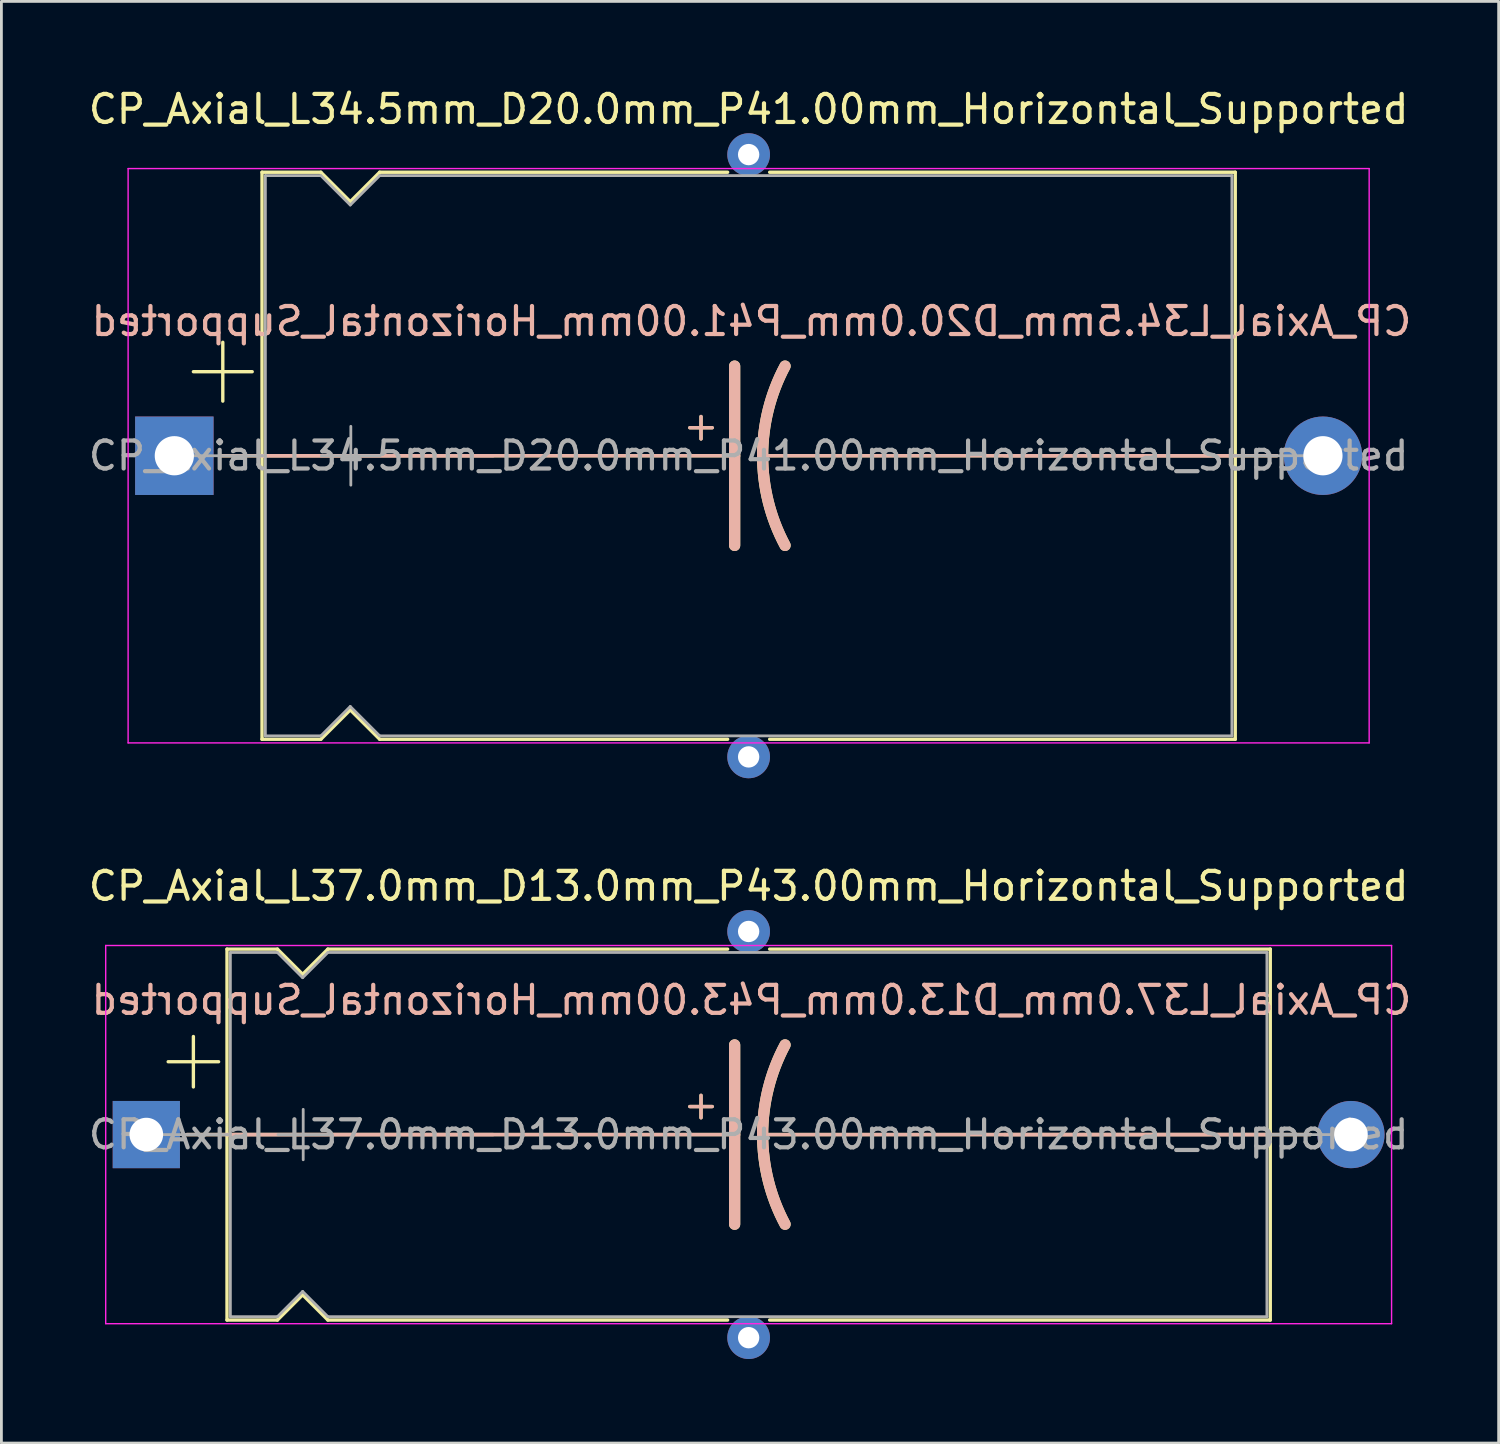
<source format=kicad_pcb>
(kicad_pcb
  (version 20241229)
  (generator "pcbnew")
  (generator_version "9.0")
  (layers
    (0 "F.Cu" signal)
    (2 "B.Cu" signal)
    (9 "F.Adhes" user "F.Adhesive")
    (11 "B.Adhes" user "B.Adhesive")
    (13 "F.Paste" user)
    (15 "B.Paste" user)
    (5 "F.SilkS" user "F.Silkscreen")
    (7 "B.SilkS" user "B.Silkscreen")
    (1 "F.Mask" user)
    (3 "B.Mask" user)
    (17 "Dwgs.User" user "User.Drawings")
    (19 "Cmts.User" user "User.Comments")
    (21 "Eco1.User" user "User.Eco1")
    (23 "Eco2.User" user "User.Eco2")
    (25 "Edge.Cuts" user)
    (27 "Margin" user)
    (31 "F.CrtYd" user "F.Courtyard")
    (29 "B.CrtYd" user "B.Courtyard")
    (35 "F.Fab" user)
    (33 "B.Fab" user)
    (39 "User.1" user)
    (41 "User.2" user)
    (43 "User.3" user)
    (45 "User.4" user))
  (footprint "CP_Axial_L34.5mm_D20.0mm_P41.00mm_Horizontal_Supported"
    (layer "F.Cu")
    (at 3.173 13.218)
    (property "Reference" "CP_Axial_L34.5mm_D20.0mm_P41.00mm_Horizontal_Supported" (at 20.5 -12.37 0) (layer "F.SilkS") (effects (font (size 1 1) (thickness 0.15))))
    (fp_line (start 0.68 -3) (end 2.78 -3) (stroke (width 0.12) (type solid)) (layer "F.SilkS"))
    (fp_line (start 1.64 0) (end 3.13 0) (stroke (width 0.12) (type solid)) (layer "F.SilkS"))
    (fp_line (start 1.73 -4.05) (end 1.73 -1.95) (stroke (width 0.12) (type solid)) (layer "F.SilkS"))
    (fp_line (start 3.13 -10.12) (end 3.13 10.12) (stroke (width 0.12) (type solid)) (layer "F.SilkS"))
    (fp_line (start 3.13 -10.12) (end 5.23 -10.12) (stroke (width 0.12) (type solid)) (layer "F.SilkS"))
    (fp_line (start 3.13 0) (end 20 0) (stroke (width 0.12) (type solid)) (layer "F.SilkS"))
    (fp_line (start 3.13 10.12) (end 5.23 10.12) (stroke (width 0.12) (type solid)) (layer "F.SilkS"))
    (fp_line (start 5.23 -10.12) (end 6.28 -9.07) (stroke (width 0.12) (type solid)) (layer "F.SilkS"))
    (fp_line (start 5.23 10.12) (end 6.28 9.07) (stroke (width 0.12) (type solid)) (layer "F.SilkS"))
    (fp_line (start 6.28 -9.07) (end 7.33 -10.12) (stroke (width 0.12) (type solid)) (layer "F.SilkS"))
    (fp_line (start 6.28 9.07) (end 7.33 10.12) (stroke (width 0.12) (type solid)) (layer "F.SilkS"))
    (fp_line (start 7.33 -10.12) (end 19.75 -10.12) (stroke (width 0.12) (type solid)) (layer "F.SilkS"))
    (fp_line (start 7.33 10.12) (end 19.75 10.12) (stroke (width 0.12) (type solid)) (layer "F.SilkS"))
    (fp_line (start 18.4 -1) (end 19.2 -1) (stroke (width 0.12) (type solid)) (layer "F.SilkS"))
    (fp_line (start 18.8 -1.4) (end 18.8 -0.6) (stroke (width 0.12) (type solid)) (layer "F.SilkS"))
    (fp_line (start 20 0) (end 20 -3.2) (stroke (width 0.4) (type solid)) (layer "F.SilkS"))
    (fp_line (start 20 0) (end 20 3.2) (stroke (width 0.4) (type solid)) (layer "F.SilkS"))
    (fp_line (start 21.25 -10.12) (end 37.87 -10.12) (stroke (width 0.12) (type solid)) (layer "F.SilkS"))
    (fp_line (start 21.25 10.12) (end 37.87 10.12) (stroke (width 0.12) (type solid)) (layer "F.SilkS"))
    (fp_line (start 37.87 -10.12) (end 37.87 10.12) (stroke (width 0.12) (type solid)) (layer "F.SilkS"))
    (fp_line (start 37.87 0) (end 21 0) (stroke (width 0.12) (type solid)) (layer "F.SilkS"))
    (fp_line (start 39.36 0) (end 37.87 0) (stroke (width 0.12) (type solid)) (layer "F.SilkS"))
    (fp_arc (start 21 0) (mid 21.203545 -1.649114) (end 21.8 -3.2) (stroke (width 0.4) (type solid)) (layer "F.SilkS"))
    (fp_arc (start 21.8 3.2) (mid 21.200704 1.649824) (end 21 0) (stroke (width 0.4) (type solid)) (layer "F.SilkS"))
    (fp_line (start 1.65 0) (end 11.38 0) (stroke (width 0.12) (type solid)) (layer "B.SilkS"))
    (fp_line (start 3.13 0) (end 20 0) (stroke (width 0.12) (type solid)) (layer "B.SilkS"))
    (fp_line (start 18.4 -1) (end 19.2 -1) (stroke (width 0.12) (type solid)) (layer "B.SilkS"))
    (fp_line (start 18.8 -0.6) (end 18.8 -1.4) (stroke (width 0.12) (type solid)) (layer "B.SilkS"))
    (fp_line (start 20 0) (end 20 -3.2) (stroke (width 0.4) (type solid)) (layer "B.SilkS"))
    (fp_line (start 20 0) (end 20 3.2) (stroke (width 0.4) (type solid)) (layer "B.SilkS"))
    (fp_line (start 37.87 0) (end 21 0) (stroke (width 0.12) (type solid)) (layer "B.SilkS"))
    (fp_line (start 39.35 0) (end 29.62 0) (stroke (width 0.12) (type solid)) (layer "B.SilkS"))
    (fp_arc (start 21 0) (mid 21.200703 -1.649824) (end 21.8 -3.2) (stroke (width 0.4) (type solid)) (layer "B.SilkS"))
    (fp_arc (start 21.8 3.2) (mid 21.203544 1.649114) (end 21 0) (stroke (width 0.4) (type solid)) (layer "B.SilkS"))
    (fp_line (start -1.65 -10.25) (end -1.65 10.25) (stroke (width 0.05) (type solid)) (layer "F.CrtYd"))
    (fp_line (start -1.65 10.25) (end 42.65 10.25) (stroke (width 0.05) (type solid)) (layer "F.CrtYd"))
    (fp_line (start 42.65 -10.25) (end -1.65 -10.25) (stroke (width 0.05) (type solid)) (layer "F.CrtYd"))
    (fp_line (start 42.65 10.25) (end 42.65 -10.25) (stroke (width 0.05) (type solid)) (layer "F.CrtYd"))
    (fp_line (start 0 0) (end 3.25 0) (stroke (width 0.1) (type solid)) (layer "F.Fab"))
    (fp_line (start 3.25 -10) (end 3.25 10) (stroke (width 0.1) (type solid)) (layer "F.Fab"))
    (fp_line (start 3.25 -10) (end 5.23 -10) (stroke (width 0.1) (type solid)) (layer "F.Fab"))
    (fp_line (start 3.25 10) (end 5.23 10) (stroke (width 0.1) (type solid)) (layer "F.Fab"))
    (fp_line (start 5.23 -10) (end 6.28 -8.95) (stroke (width 0.1) (type solid)) (layer "F.Fab"))
    (fp_line (start 5.23 10) (end 6.28 8.95) (stroke (width 0.1) (type solid)) (layer "F.Fab"))
    (fp_line (start 5.25 0) (end 7.35 0) (stroke (width 0.1) (type solid)) (layer "F.Fab"))
    (fp_line (start 6.28 -8.95) (end 7.33 -10) (stroke (width 0.1) (type solid)) (layer "F.Fab"))
    (fp_line (start 6.28 8.95) (end 7.33 10) (stroke (width 0.1) (type solid)) (layer "F.Fab"))
    (fp_line (start 6.3 -1.05) (end 6.3 1.05) (stroke (width 0.1) (type solid)) (layer "F.Fab"))
    (fp_line (start 7.33 -10) (end 37.75 -10) (stroke (width 0.1) (type solid)) (layer "F.Fab"))
    (fp_line (start 7.33 10) (end 37.75 10) (stroke (width 0.1) (type solid)) (layer "F.Fab"))
    (fp_line (start 37.75 -10) (end 37.75 10) (stroke (width 0.1) (type solid)) (layer "F.Fab"))
    (fp_line (start 41 0) (end 37.75 0) (stroke (width 0.1) (type solid)) (layer "F.Fab"))
    (fp_text user "${REFERENCE}" (at 20.6 -4.8 0) (layer "B.SilkS") (effects (font (size 1 1) (thickness 0.15)) (justify mirror)))
    (fp_text user "${REFERENCE}" (at 20.5 0 0) (layer "F.Fab") (effects (font (size 1 1) (thickness 0.15))))
    (pad "" thru_hole circle (at 20.5 -10.75) (size 1.524 1.524) (drill 0.762) (layers "*.Cu" "*.Mask"))
    (pad "" thru_hole circle (at 20.5 10.75) (size 1.524 1.524) (drill 0.762) (layers "*.Cu" "*.Mask"))
    (pad "1" thru_hole rect (at 0 0) (size 2.8 2.8) (drill 1.4) (layers "*.Cu" "*.Mask"))
    (pad "2" thru_hole oval (at 41 0) (size 2.8 2.8) (drill 1.4) (layers "*.Cu" "*.Mask")))
  (footprint "CP_Axial_L37.0mm_D13.0mm_P43.00mm_Horizontal_Supported"
    (layer "F.Cu")
    (at 2.173 37.449)
    (property "Reference" "CP_Axial_L37.0mm_D13.0mm_P43.00mm_Horizontal_Supported" (at 21.5 -8.87 0) (layer "F.SilkS") (effects (font (size 1 1) (thickness 0.15))))
    (fp_line (start 0.78 -2.6) (end 2.58 -2.6) (stroke (width 0.12) (type solid)) (layer "F.SilkS"))
    (fp_line (start 1.44 0) (end 2.88 0) (stroke (width 0.12) (type solid)) (layer "F.SilkS"))
    (fp_line (start 1.68 -3.5) (end 1.68 -1.7) (stroke (width 0.12) (type solid)) (layer "F.SilkS"))
    (fp_line (start 2.88 -6.62) (end 2.88 6.62) (stroke (width 0.12) (type solid)) (layer "F.SilkS"))
    (fp_line (start 2.88 -6.62) (end 4.68 -6.62) (stroke (width 0.12) (type solid)) (layer "F.SilkS"))
    (fp_line (start 2.88 0) (end 21 0) (stroke (width 0.12) (type solid)) (layer "F.SilkS"))
    (fp_line (start 2.88 6.62) (end 4.68 6.62) (stroke (width 0.12) (type solid)) (layer "F.SilkS"))
    (fp_line (start 4.68 -6.62) (end 5.58 -5.72) (stroke (width 0.12) (type solid)) (layer "F.SilkS"))
    (fp_line (start 4.68 6.62) (end 5.58 5.72) (stroke (width 0.12) (type solid)) (layer "F.SilkS"))
    (fp_line (start 5.58 -5.72) (end 6.48 -6.62) (stroke (width 0.12) (type solid)) (layer "F.SilkS"))
    (fp_line (start 5.58 5.72) (end 6.48 6.62) (stroke (width 0.12) (type solid)) (layer "F.SilkS"))
    (fp_line (start 6.48 -6.62) (end 20.75 -6.62) (stroke (width 0.12) (type solid)) (layer "F.SilkS"))
    (fp_line (start 6.48 6.62) (end 20.75 6.62) (stroke (width 0.12) (type solid)) (layer "F.SilkS"))
    (fp_line (start 19.4 -1) (end 20.2 -1) (stroke (width 0.12) (type solid)) (layer "F.SilkS"))
    (fp_line (start 19.8 -1.4) (end 19.8 -0.6) (stroke (width 0.12) (type solid)) (layer "F.SilkS"))
    (fp_line (start 21 0) (end 21 -3.2) (stroke (width 0.4) (type solid)) (layer "F.SilkS"))
    (fp_line (start 21 0) (end 21 3.2) (stroke (width 0.4) (type solid)) (layer "F.SilkS"))
    (fp_line (start 22.25 -6.62) (end 40.12 -6.62) (stroke (width 0.12) (type solid)) (layer "F.SilkS"))
    (fp_line (start 22.25 6.62) (end 40.12 6.62) (stroke (width 0.12) (type solid)) (layer "F.SilkS"))
    (fp_line (start 40.12 -6.62) (end 40.12 6.62) (stroke (width 0.12) (type solid)) (layer "F.SilkS"))
    (fp_line (start 40.12 0) (end 22 0) (stroke (width 0.12) (type solid)) (layer "F.SilkS"))
    (fp_line (start 41.56 0) (end 40.12 0) (stroke (width 0.12) (type solid)) (layer "F.SilkS"))
    (fp_arc (start 22 0) (mid 22.203545 -1.649114) (end 22.8 -3.2) (stroke (width 0.4) (type solid)) (layer "F.SilkS"))
    (fp_arc (start 22.8 3.2) (mid 22.200704 1.649824) (end 22 0) (stroke (width 0.4) (type solid)) (layer "F.SilkS"))
    (fp_line (start 1.45 0) (end 12.38 0) (stroke (width 0.12) (type solid)) (layer "B.SilkS"))
    (fp_line (start 2.88 0) (end 21 0) (stroke (width 0.12) (type solid)) (layer "B.SilkS"))
    (fp_line (start 19.4 -1) (end 20.2 -1) (stroke (width 0.12) (type solid)) (layer "B.SilkS"))
    (fp_line (start 19.8 -0.6) (end 19.8 -1.4) (stroke (width 0.12) (type solid)) (layer "B.SilkS"))
    (fp_line (start 21 0) (end 21 -3.2) (stroke (width 0.4) (type solid)) (layer "B.SilkS"))
    (fp_line (start 21 0) (end 21 3.2) (stroke (width 0.4) (type solid)) (layer "B.SilkS"))
    (fp_line (start 40.12 0) (end 22 0) (stroke (width 0.12) (type solid)) (layer "B.SilkS"))
    (fp_line (start 41.55 0) (end 30.62 0) (stroke (width 0.12) (type solid)) (layer "B.SilkS"))
    (fp_arc (start 22 0) (mid 22.200703 -1.649824) (end 22.8 -3.2) (stroke (width 0.4) (type solid)) (layer "B.SilkS"))
    (fp_arc (start 22.8 3.2) (mid 22.203544 1.649114) (end 22 0) (stroke (width 0.4) (type solid)) (layer "B.SilkS"))
    (fp_line (start -1.45 -6.75) (end -1.45 6.75) (stroke (width 0.05) (type solid)) (layer "F.CrtYd"))
    (fp_line (start -1.45 6.75) (end 44.45 6.75) (stroke (width 0.05) (type solid)) (layer "F.CrtYd"))
    (fp_line (start 44.45 -6.75) (end -1.45 -6.75) (stroke (width 0.05) (type solid)) (layer "F.CrtYd"))
    (fp_line (start 44.45 6.75) (end 44.45 -6.75) (stroke (width 0.05) (type solid)) (layer "F.CrtYd"))
    (fp_line (start 0 0) (end 3 0) (stroke (width 0.1) (type solid)) (layer "F.Fab"))
    (fp_line (start 3 -6.5) (end 3 6.5) (stroke (width 0.1) (type solid)) (layer "F.Fab"))
    (fp_line (start 3 -6.5) (end 4.68 -6.5) (stroke (width 0.1) (type solid)) (layer "F.Fab"))
    (fp_line (start 3 6.5) (end 4.68 6.5) (stroke (width 0.1) (type solid)) (layer "F.Fab"))
    (fp_line (start 4.68 -6.5) (end 5.58 -5.6) (stroke (width 0.1) (type solid)) (layer "F.Fab"))
    (fp_line (start 4.68 6.5) (end 5.58 5.6) (stroke (width 0.1) (type solid)) (layer "F.Fab"))
    (fp_line (start 4.7 0) (end 6.5 0) (stroke (width 0.1) (type solid)) (layer "F.Fab"))
    (fp_line (start 5.58 -5.6) (end 6.48 -6.5) (stroke (width 0.1) (type solid)) (layer "F.Fab"))
    (fp_line (start 5.58 5.6) (end 6.48 6.5) (stroke (width 0.1) (type solid)) (layer "F.Fab"))
    (fp_line (start 5.6 -0.9) (end 5.6 0.9) (stroke (width 0.1) (type solid)) (layer "F.Fab"))
    (fp_line (start 6.48 -6.5) (end 40 -6.5) (stroke (width 0.1) (type solid)) (layer "F.Fab"))
    (fp_line (start 6.48 6.5) (end 40 6.5) (stroke (width 0.1) (type solid)) (layer "F.Fab"))
    (fp_line (start 40 -6.5) (end 40 6.5) (stroke (width 0.1) (type solid)) (layer "F.Fab"))
    (fp_line (start 43 0) (end 40 0) (stroke (width 0.1) (type solid)) (layer "F.Fab"))
    (fp_text user "${REFERENCE}" (at 21.6 -4.8 0) (layer "B.SilkS") (effects (font (size 1 1) (thickness 0.15)) (justify mirror)))
    (fp_text user "${REFERENCE}" (at 21.5 0 0) (layer "F.Fab") (effects (font (size 1 1) (thickness 0.15))))
    (pad "" thru_hole circle (at 21.5 -7.25) (size 1.524 1.524) (drill 0.762) (layers "*.Cu" "*.Mask"))
    (pad "" thru_hole circle (at 21.5 7.25) (size 1.524 1.524) (drill 0.762) (layers "*.Cu" "*.Mask"))
    (pad "1" thru_hole rect (at 0 0) (size 2.4 2.4) (drill 1.2) (layers "*.Cu" "*.Mask"))
    (pad "2" thru_hole oval (at 43 0) (size 2.4 2.4) (drill 1.2) (layers "*.Cu" "*.Mask")))
  (gr_rect
    (start -3 -3)
    (end 50.445 48.461)
    (stroke (width 0.1) (type default))
    (fill no)
    (layer "Edge.Cuts")))
</source>
